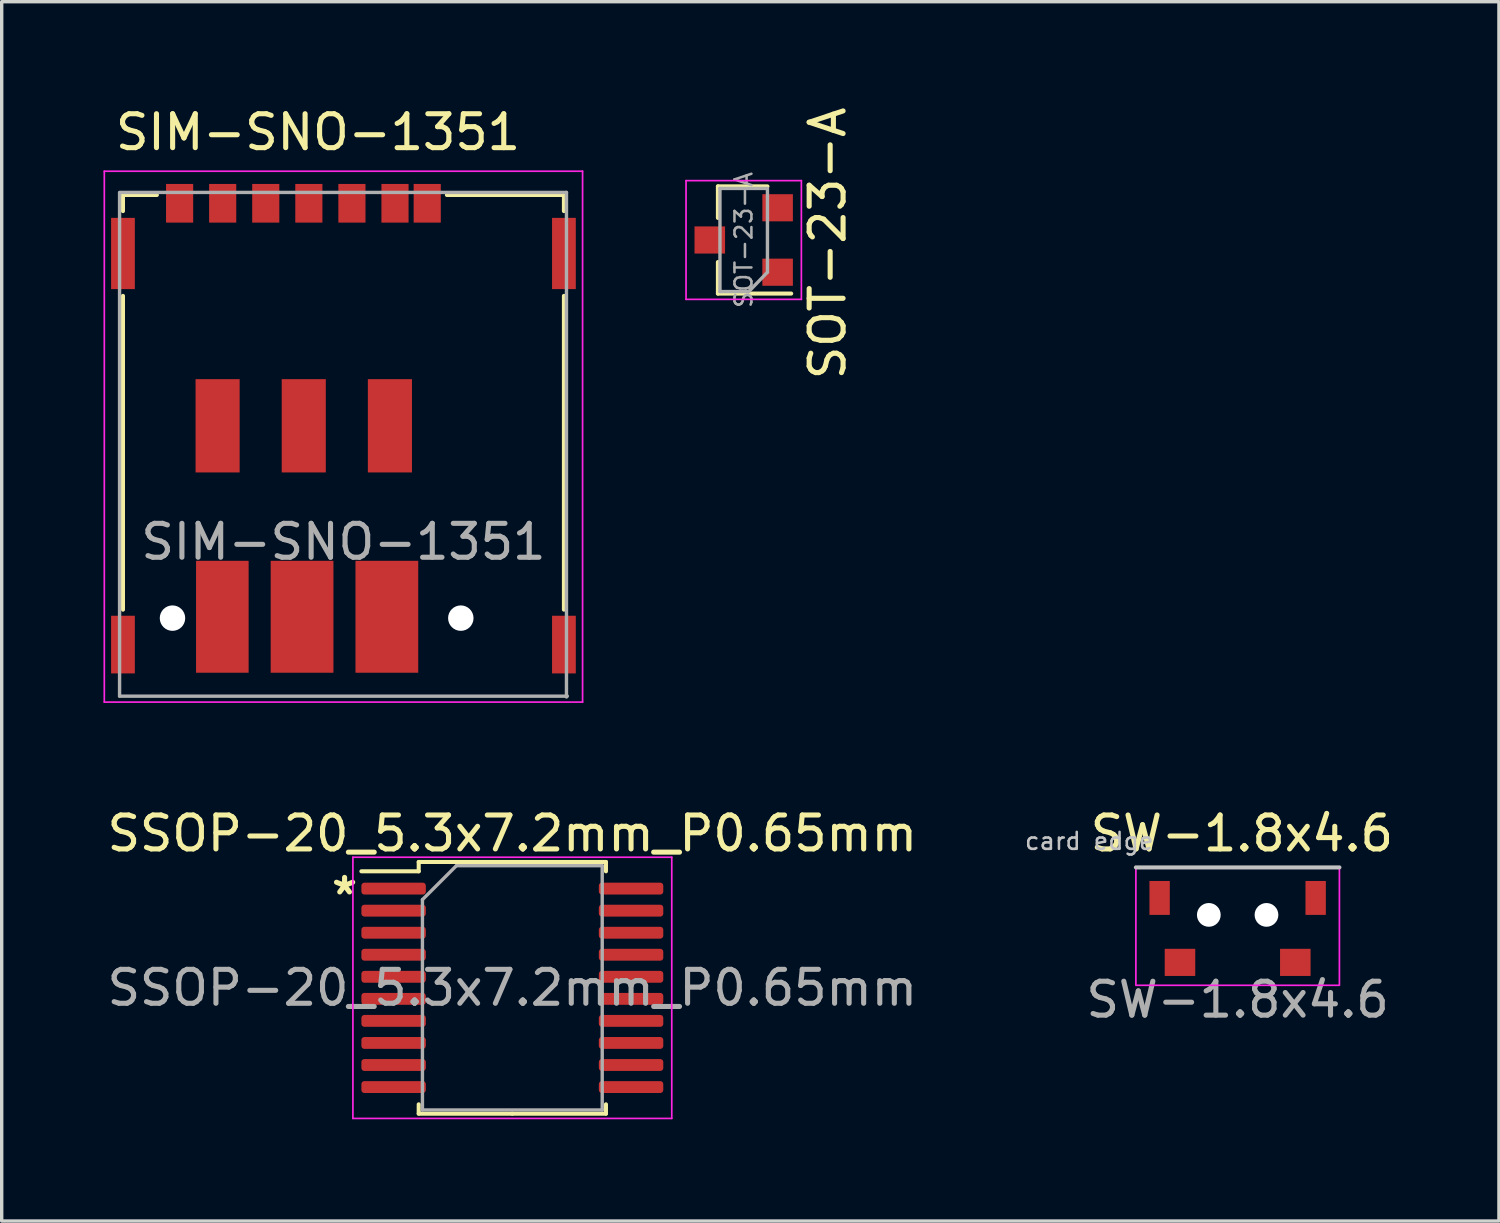
<source format=kicad_pcb>
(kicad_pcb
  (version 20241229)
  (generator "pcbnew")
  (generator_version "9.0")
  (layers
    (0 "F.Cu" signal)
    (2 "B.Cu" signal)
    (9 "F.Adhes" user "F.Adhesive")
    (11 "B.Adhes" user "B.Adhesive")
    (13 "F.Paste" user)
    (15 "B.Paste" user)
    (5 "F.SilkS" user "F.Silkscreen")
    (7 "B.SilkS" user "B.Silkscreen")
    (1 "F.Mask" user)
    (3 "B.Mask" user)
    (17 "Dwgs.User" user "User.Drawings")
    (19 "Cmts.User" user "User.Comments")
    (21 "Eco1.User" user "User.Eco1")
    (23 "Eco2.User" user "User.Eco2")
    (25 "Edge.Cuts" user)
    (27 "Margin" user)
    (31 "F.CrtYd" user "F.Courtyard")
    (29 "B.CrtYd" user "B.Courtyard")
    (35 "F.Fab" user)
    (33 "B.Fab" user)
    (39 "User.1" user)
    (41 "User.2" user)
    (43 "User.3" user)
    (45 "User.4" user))
  (footprint "SIM-SNO-1351"
    (layer "F.Cu")
    (at 7.075 10.423)
    (property "Reference" "SIM-SNO-1351" (at -0.75 -9.575 0) (unlocked yes) (layer "F.SilkS") (effects (font (size 1 1) (thickness 0.15))))
    (attr smd)
    (fp_line (start -6.5 -7.725) (end -5.5 -7.725) (stroke (width 0.12) (type solid)) (layer "F.SilkS"))
    (fp_line (start -6.5 -7.25) (end -6.5 -7.725) (stroke (width 0.12) (type solid)) (layer "F.SilkS"))
    (fp_line (start -6.5 -4.75) (end -6.5 4.5) (stroke (width 0.12) (type solid)) (layer "F.SilkS"))
    (fp_line (start 3.05 -7.725) (end 6.5 -7.725) (stroke (width 0.12) (type solid)) (layer "F.SilkS"))
    (fp_line (start 6.5 -7.25) (end 6.5 -7.725) (stroke (width 0.12) (type solid)) (layer "F.SilkS"))
    (fp_line (start 6.5 -4.75) (end 6.5 4.5) (stroke (width 0.12) (type solid)) (layer "F.SilkS"))
    (fp_line (start -7.05 -8.425) (end -7.05 7.225) (stroke (width 0.05) (type solid)) (layer "F.CrtYd"))
    (fp_line (start 7.05 -8.425) (end -7.05 -8.425) (stroke (width 0.05) (type solid)) (layer "F.CrtYd"))
    (fp_line (start 7.05 -8.425) (end 7.05 7.225) (stroke (width 0.05) (type solid)) (layer "F.CrtYd"))
    (fp_line (start 7.05 7.225) (end -7.05 7.225) (stroke (width 0.05) (type solid)) (layer "F.CrtYd"))
    (fp_line (start -6.6 7.05) (end -6.6 -7.8) (stroke (width 0.1) (type solid)) (layer "F.Fab"))
    (fp_line (start -6.575 -7.8) (end 6.575 -7.8) (stroke (width 0.1) (type solid)) (layer "F.Fab"))
    (fp_line (start 6.575 -7.8) (end 6.575 7.075) (stroke (width 0.1) (type solid)) (layer "F.Fab"))
    (fp_line (start 6.6 7.05) (end -6.6 7.05) (stroke (width 0.1) (type solid)) (layer "F.Fab"))
    (fp_text user "${REFERENCE}" (at 0 2.5 0) (unlocked yes) (layer "F.Fab") (effects (font (size 1 1) (thickness 0.15))))
    (pad "" np_thru_hole circle (at -5.04 4.75) (size 0.75 0.75) (drill 0.75) (layers "*.Cu" "*.Mask"))
    (pad "" smd rect (at -3.71 -0.92) (size 1.3 2.75) (layers "F.Cu" "F.Mask" "F.Paste"))
    (pad "" smd rect (at -3.57 4.71) (size 1.55 3.3) (layers "F.Cu" "F.Mask" "F.Paste"))
    (pad "" smd rect (at -1.22 4.71) (size 1.85 3.3) (layers "F.Cu" "F.Mask" "F.Paste"))
    (pad "" smd rect (at -1.17 -0.92) (size 1.3 2.75) (layers "F.Cu" "F.Mask" "F.Paste"))
    (pad "" smd rect (at 1.28 4.71) (size 1.85 3.3) (layers "F.Cu" "F.Mask" "F.Paste"))
    (pad "" smd rect (at 1.37 -0.92) (size 1.3 2.75) (layers "F.Cu" "F.Mask" "F.Paste"))
    (pad "" np_thru_hole circle (at 3.46 4.75) (size 0.75 0.75) (drill 0.75) (layers "*.Cu" "*.Mask"))
    (pad "C1" smd rect (at 0.25 -7.48) (size 0.8 1.14) (layers "F.Cu" "F.Mask" "F.Paste"))
    (pad "C2" smd rect (at -2.29 -7.48) (size 0.8 1.14) (layers "F.Cu" "F.Mask" "F.Paste"))
    (pad "C3" smd rect (at -4.83 -7.48) (size 0.8 1.14) (layers "F.Cu" "F.Mask" "F.Paste"))
    (pad "C5" smd rect (at 1.52 -7.48) (size 0.8 1.14) (layers "F.Cu" "F.Mask" "F.Paste"))
    (pad "C6" smd rect (at -1.02 -7.48) (size 0.8 1.14) (layers "F.Cu" "F.Mask" "F.Paste"))
    (pad "C7" smd rect (at -3.56 -7.48) (size 0.8 1.14) (layers "F.Cu" "F.Mask" "F.Paste"))
    (pad "CD" smd rect (at 2.47 -7.48) (size 0.8 1.14) (layers "F.Cu" "F.Mask" "F.Paste"))
    (pad "F1" smd rect (at -6.5 -6) (size 0.7 2.1) (layers "F.Cu" "F.Mask" "F.Paste"))
    (pad "F2" smd rect (at 6.5 -6) (size 0.7 2.1) (layers "F.Cu" "F.Mask" "F.Paste"))
    (pad "F3" smd rect (at -6.5 5.53) (size 0.7 1.7) (layers "F.Cu" "F.Mask" "F.Paste"))
    (pad "F4" smd rect (at 6.5 5.53) (size 0.7 1.7) (layers "F.Cu" "F.Mask" "F.Paste")))
  (footprint "SSOP-20_5.3x7.2mm_P0.65mm"
    (layer "F.Cu")
    (at 12.054 26.072)
    (property "Reference" "SSOP-20_5.3x7.2mm_P0.65mm" (at 0 -4.55 0) (layer "F.SilkS") (effects (font (size 1 1) (thickness 0.15))))
    (attr smd)
    (fp_line (start -2.76 -3.71) (end -2.76 -3.435) (stroke (width 0.12) (type solid)) (layer "F.SilkS"))
    (fp_line (start -2.76 -3.435) (end -4.45 -3.435) (stroke (width 0.12) (type solid)) (layer "F.SilkS"))
    (fp_line (start -2.76 3.71) (end -2.76 3.435) (stroke (width 0.12) (type solid)) (layer "F.SilkS"))
    (fp_line (start 0 -3.71) (end -2.76 -3.71) (stroke (width 0.12) (type solid)) (layer "F.SilkS"))
    (fp_line (start 0 -3.71) (end 2.76 -3.71) (stroke (width 0.12) (type solid)) (layer "F.SilkS"))
    (fp_line (start 0 3.71) (end -2.76 3.71) (stroke (width 0.12) (type solid)) (layer "F.SilkS"))
    (fp_line (start 0 3.71) (end 2.76 3.71) (stroke (width 0.12) (type solid)) (layer "F.SilkS"))
    (fp_line (start 2.76 -3.71) (end 2.76 -3.435) (stroke (width 0.12) (type solid)) (layer "F.SilkS"))
    (fp_line (start 2.76 3.71) (end 2.76 3.435) (stroke (width 0.12) (type solid)) (layer "F.SilkS"))
    (fp_line (start -4.7 -3.85) (end -4.7 3.85) (stroke (width 0.05) (type solid)) (layer "F.CrtYd"))
    (fp_line (start -4.7 3.85) (end 4.7 3.85) (stroke (width 0.05) (type solid)) (layer "F.CrtYd"))
    (fp_line (start 4.7 -3.85) (end -4.7 -3.85) (stroke (width 0.05) (type solid)) (layer "F.CrtYd"))
    (fp_line (start 4.7 3.85) (end 4.7 -3.85) (stroke (width 0.05) (type solid)) (layer "F.CrtYd"))
    (fp_line (start -2.65 -2.6) (end -1.65 -3.6) (stroke (width 0.1) (type solid)) (layer "F.Fab"))
    (fp_line (start -2.65 3.6) (end -2.65 -2.6) (stroke (width 0.1) (type solid)) (layer "F.Fab"))
    (fp_line (start -1.65 -3.6) (end 2.65 -3.6) (stroke (width 0.1) (type solid)) (layer "F.Fab"))
    (fp_line (start 2.65 -3.6) (end 2.65 3.6) (stroke (width 0.1) (type solid)) (layer "F.Fab"))
    (fp_line (start 2.65 3.6) (end -2.65 3.6) (stroke (width 0.1) (type solid)) (layer "F.Fab"))
    (fp_text user "*" (at -5.425 -2.125 0) (unlocked yes) (layer "F.SilkS") (effects (font (size 1 1) (thickness 0.15)) (justify left bottom)))
    (fp_text user "${REFERENCE}" (at 0 0 0) (layer "F.Fab") (effects (font (size 1 1) (thickness 0.15))))
    (pad "1" smd roundrect (at -3.5 -2.925) (size 1.9 0.35) (layers "F.Cu" "F.Mask" "F.Paste") (roundrect_rratio 0.25))
    (pad "2" smd roundrect (at -3.5 -2.275) (size 1.9 0.35) (layers "F.Cu" "F.Mask" "F.Paste") (roundrect_rratio 0.25))
    (pad "3" smd roundrect (at -3.5 -1.625) (size 1.9 0.35) (layers "F.Cu" "F.Mask" "F.Paste") (roundrect_rratio 0.25))
    (pad "4" smd roundrect (at -3.5 -0.975) (size 1.9 0.35) (layers "F.Cu" "F.Mask" "F.Paste") (roundrect_rratio 0.25))
    (pad "5" smd roundrect (at -3.5 -0.325) (size 1.9 0.35) (layers "F.Cu" "F.Mask" "F.Paste") (roundrect_rratio 0.25))
    (pad "6" smd roundrect (at -3.5 0.325) (size 1.9 0.35) (layers "F.Cu" "F.Mask" "F.Paste") (roundrect_rratio 0.25))
    (pad "7" smd roundrect (at -3.5 0.975) (size 1.9 0.35) (layers "F.Cu" "F.Mask" "F.Paste") (roundrect_rratio 0.25))
    (pad "8" smd roundrect (at -3.5 1.625) (size 1.9 0.35) (layers "F.Cu" "F.Mask" "F.Paste") (roundrect_rratio 0.25))
    (pad "9" smd roundrect (at -3.5 2.275) (size 1.9 0.35) (layers "F.Cu" "F.Mask" "F.Paste") (roundrect_rratio 0.25))
    (pad "10" smd roundrect (at -3.5 2.925) (size 1.9 0.35) (layers "F.Cu" "F.Mask" "F.Paste") (roundrect_rratio 0.25))
    (pad "11" smd roundrect (at 3.5 2.925) (size 1.9 0.35) (layers "F.Cu" "F.Mask" "F.Paste") (roundrect_rratio 0.25))
    (pad "12" smd roundrect (at 3.5 2.275) (size 1.9 0.35) (layers "F.Cu" "F.Mask" "F.Paste") (roundrect_rratio 0.25))
    (pad "13" smd roundrect (at 3.5 1.625) (size 1.9 0.35) (layers "F.Cu" "F.Mask" "F.Paste") (roundrect_rratio 0.25))
    (pad "14" smd roundrect (at 3.5 0.975) (size 1.9 0.35) (layers "F.Cu" "F.Mask" "F.Paste") (roundrect_rratio 0.25))
    (pad "15" smd roundrect (at 3.5 0.325) (size 1.9 0.35) (layers "F.Cu" "F.Mask" "F.Paste") (roundrect_rratio 0.25))
    (pad "16" smd roundrect (at 3.5 -0.325) (size 1.9 0.35) (layers "F.Cu" "F.Mask" "F.Paste") (roundrect_rratio 0.25))
    (pad "17" smd roundrect (at 3.5 -0.975) (size 1.9 0.35) (layers "F.Cu" "F.Mask" "F.Paste") (roundrect_rratio 0.25))
    (pad "18" smd roundrect (at 3.5 -1.625) (size 1.9 0.35) (layers "F.Cu" "F.Mask" "F.Paste") (roundrect_rratio 0.25))
    (pad "19" smd roundrect (at 3.5 -2.275) (size 1.9 0.35) (layers "F.Cu" "F.Mask" "F.Paste") (roundrect_rratio 0.25))
    (pad "20" smd roundrect (at 3.5 -2.925) (size 1.9 0.35) (layers "F.Cu" "F.Mask" "F.Paste") (roundrect_rratio 0.25)))
  (footprint "SOT-23-A"
    (layer "F.Cu")
    (at 18.875 4.025)
    (property "Reference" "SOT-23-A" (at 2.475 0.1 90) (layer "F.SilkS") (effects (font (size 1 1) (thickness 0.15))))
    (attr smd)
    (fp_line (start -0.76 -1.58) (end -0.76 -0.65) (stroke (width 0.12) (type solid)) (layer "F.SilkS"))
    (fp_line (start -0.76 -1.58) (end 0.7 -1.58) (stroke (width 0.12) (type solid)) (layer "F.SilkS"))
    (fp_line (start -0.76 1.58) (end -0.76 0.65) (stroke (width 0.12) (type solid)) (layer "F.SilkS"))
    (fp_line (start -0.76 1.58) (end 1.4 1.58) (stroke (width 0.12) (type solid)) (layer "F.SilkS"))
    (fp_line (start -1.7 -1.75) (end 1.7 -1.75) (stroke (width 0.05) (type solid)) (layer "F.CrtYd"))
    (fp_line (start -1.7 1.75) (end -1.7 -1.75) (stroke (width 0.05) (type solid)) (layer "F.CrtYd"))
    (fp_line (start 1.7 -1.75) (end 1.7 1.75) (stroke (width 0.05) (type solid)) (layer "F.CrtYd"))
    (fp_line (start 1.7 1.75) (end -1.7 1.75) (stroke (width 0.05) (type solid)) (layer "F.CrtYd"))
    (fp_line (start -0.7 1.52) (end -0.7 -1.52) (stroke (width 0.1) (type solid)) (layer "F.Fab"))
    (fp_line (start 0.15 1.52) (end -0.7 1.52) (stroke (width 0.1) (type solid)) (layer "F.Fab"))
    (fp_line (start 0.7 -1.52) (end -0.7 -1.52) (stroke (width 0.1) (type solid)) (layer "F.Fab"))
    (fp_line (start 0.7 0.95) (end 0.15 1.52) (stroke (width 0.1) (type solid)) (layer "F.Fab"))
    (fp_line (start 0.7 0.95) (end 0.7 -1.5) (stroke (width 0.1) (type solid)) (layer "F.Fab"))
    (fp_text user "${REFERENCE}" (at 0 0 270) (layer "F.Fab") (effects (font (size 0.5 0.5) (thickness 0.075))))
    (pad "1" smd rect (at 1 0.95 180) (size 0.9 0.8) (layers "F.Cu" "F.Mask" "F.Paste"))
    (pad "2" smd rect (at 1 -0.95 180) (size 0.9 0.8) (layers "F.Cu" "F.Mask" "F.Paste"))
    (pad "3" smd rect (at -1 0 180) (size 0.9 0.8) (layers "F.Cu" "F.Mask" "F.Paste")))
  (footprint "SW-1.8x4.6"
    (layer "F.Cu")
    (at 33.437 23.922)
    (property "Reference" "SW-1.8x4.6" (at 0.125 -2.4 0) (unlocked yes) (layer "F.SilkS") (effects (font (size 1 1) (thickness 0.15))))
    (attr smd)
    (fp_line (start -3 -1.4) (end 3 -1.4) (stroke (width 0.12) (type solid)) (layer "Dwgs.User"))
    (fp_rect (start -3 -1.4) (end 3 2.075) (stroke (width 0.05) (type solid)) (fill no) (layer "F.CrtYd"))
    (fp_text user "card edge" (at -4.375 -2.175 0) (unlocked yes) (layer "Dwgs.User") (effects (font (size 0.5 0.5) (thickness 0.075))))
    (fp_text user "${REFERENCE}" (at 0 2.5 0) (unlocked yes) (layer "F.Fab") (effects (font (size 1 1) (thickness 0.15))))
    (pad "" smd rect (at -2.3 -0.5) (size 0.6 1) (layers "F.Cu" "F.Mask" "F.Paste"))
    (pad "" np_thru_hole circle (at -0.85 0) (size 0.7 0.7) (drill 0.7) (layers "*.Cu" "*.Mask"))
    (pad "" np_thru_hole circle (at 0.85 0) (size 0.7 0.7) (drill 0.7) (layers "*.Cu" "*.Mask"))
    (pad "" smd rect (at 2.3 -0.5) (size 0.6 1) (layers "F.Cu" "F.Mask" "F.Paste"))
    (pad "1" smd rect (at 1.7 1.4) (size 0.9 0.8) (layers "F.Cu" "F.Mask" "F.Paste"))
    (pad "2" smd rect (at -1.7 1.4) (size 0.9 0.8) (layers "F.Cu" "F.Mask" "F.Paste")))
  (gr_rect
    (start -3 -3)
    (end 41.14 32.947)
    (stroke (width 0.1) (type default))
    (fill no)
    (layer "Edge.Cuts")))
</source>
